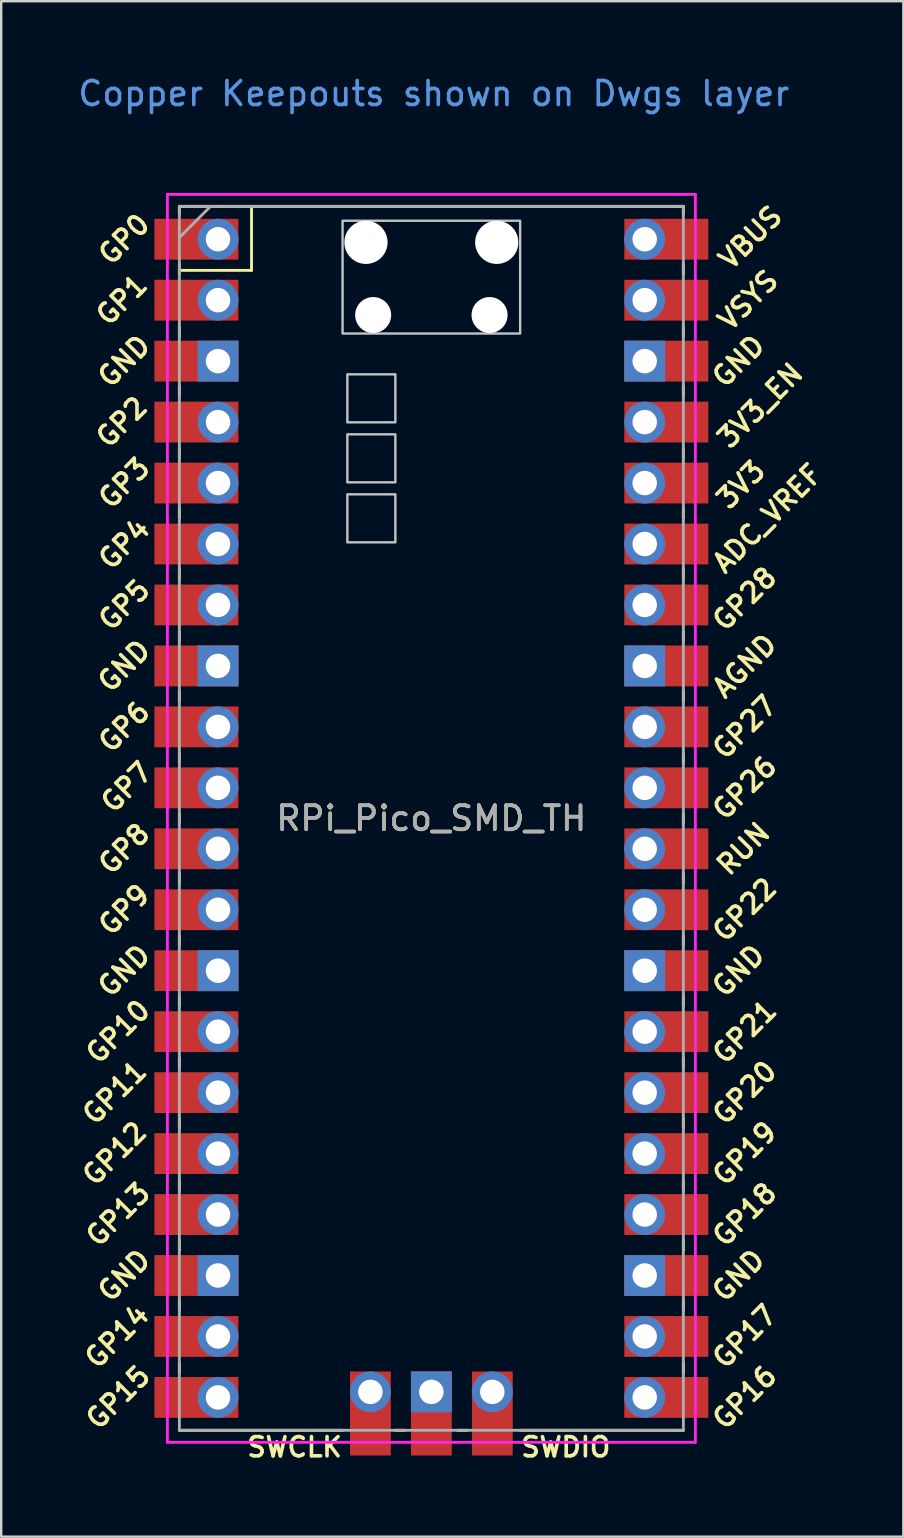
<source format=kicad_pcb>
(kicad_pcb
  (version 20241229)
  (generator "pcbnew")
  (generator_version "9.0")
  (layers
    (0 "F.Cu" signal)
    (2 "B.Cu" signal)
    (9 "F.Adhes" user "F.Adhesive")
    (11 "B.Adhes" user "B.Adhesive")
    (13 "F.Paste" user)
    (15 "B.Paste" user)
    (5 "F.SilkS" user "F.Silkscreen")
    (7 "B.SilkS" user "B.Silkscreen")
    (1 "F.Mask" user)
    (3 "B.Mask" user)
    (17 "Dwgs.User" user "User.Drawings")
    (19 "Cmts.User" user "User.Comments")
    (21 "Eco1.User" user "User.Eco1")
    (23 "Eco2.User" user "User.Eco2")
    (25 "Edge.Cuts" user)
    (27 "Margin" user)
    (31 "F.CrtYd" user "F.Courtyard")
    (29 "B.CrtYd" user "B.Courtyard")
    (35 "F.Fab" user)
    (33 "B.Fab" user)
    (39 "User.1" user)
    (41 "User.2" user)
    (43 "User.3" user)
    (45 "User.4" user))
  (footprint "RPi_Pico_SMD_TH"
    (layer "F.Cu")
    (at 14.924 31.048)
    (property "Reference" "RPi_Pico_SMD_TH" (at 0 0 0) (layer "F.SilkS") (effects (font (size 1 1) (thickness 0.15))))
    (fp_line (start -10.5 -25.5) (end -10.5 -25.2) (stroke (width 0.12) (type solid)) (layer "F.SilkS"))
    (fp_line (start -10.5 -25.5) (end 10.5 -25.5) (stroke (width 0.12) (type solid)) (layer "F.SilkS"))
    (fp_line (start -10.5 -23.1) (end -10.5 -22.7) (stroke (width 0.12) (type solid)) (layer "F.SilkS"))
    (fp_line (start -10.5 -22.833) (end -7.493 -22.833) (stroke (width 0.12) (type solid)) (layer "F.SilkS"))
    (fp_line (start -10.5 -20.5) (end -10.5 -20.1) (stroke (width 0.12) (type solid)) (layer "F.SilkS"))
    (fp_line (start -10.5 -18) (end -10.5 -17.6) (stroke (width 0.12) (type solid)) (layer "F.SilkS"))
    (fp_line (start -10.5 -15.4) (end -10.5 -15) (stroke (width 0.12) (type solid)) (layer "F.SilkS"))
    (fp_line (start -10.5 -12.9) (end -10.5 -12.5) (stroke (width 0.12) (type solid)) (layer "F.SilkS"))
    (fp_line (start -10.5 -10.4) (end -10.5 -10) (stroke (width 0.12) (type solid)) (layer "F.SilkS"))
    (fp_line (start -10.5 -7.8) (end -10.5 -7.4) (stroke (width 0.12) (type solid)) (layer "F.SilkS"))
    (fp_line (start -10.5 -5.3) (end -10.5 -4.9) (stroke (width 0.12) (type solid)) (layer "F.SilkS"))
    (fp_line (start -10.5 -2.7) (end -10.5 -2.3) (stroke (width 0.12) (type solid)) (layer "F.SilkS"))
    (fp_line (start -10.5 -0.2) (end -10.5 0.2) (stroke (width 0.12) (type solid)) (layer "F.SilkS"))
    (fp_line (start -10.5 2.3) (end -10.5 2.7) (stroke (width 0.12) (type solid)) (layer "F.SilkS"))
    (fp_line (start -10.5 4.9) (end -10.5 5.3) (stroke (width 0.12) (type solid)) (layer "F.SilkS"))
    (fp_line (start -10.5 7.4) (end -10.5 7.8) (stroke (width 0.12) (type solid)) (layer "F.SilkS"))
    (fp_line (start -10.5 10) (end -10.5 10.4) (stroke (width 0.12) (type solid)) (layer "F.SilkS"))
    (fp_line (start -10.5 12.5) (end -10.5 12.9) (stroke (width 0.12) (type solid)) (layer "F.SilkS"))
    (fp_line (start -10.5 15.1) (end -10.5 15.5) (stroke (width 0.12) (type solid)) (layer "F.SilkS"))
    (fp_line (start -10.5 17.6) (end -10.5 18) (stroke (width 0.12) (type solid)) (layer "F.SilkS"))
    (fp_line (start -10.5 20.1) (end -10.5 20.5) (stroke (width 0.12) (type solid)) (layer "F.SilkS"))
    (fp_line (start -10.5 22.7) (end -10.5 23.1) (stroke (width 0.12) (type solid)) (layer "F.SilkS"))
    (fp_line (start -7.493 -22.833) (end -7.493 -25.5) (stroke (width 0.12) (type solid)) (layer "F.SilkS"))
    (fp_line (start -3.7 25.5) (end -10.5 25.5) (stroke (width 0.12) (type solid)) (layer "F.SilkS"))
    (fp_line (start -1.5 25.5) (end -1.1 25.5) (stroke (width 0.12) (type solid)) (layer "F.SilkS"))
    (fp_line (start 1.1 25.5) (end 1.5 25.5) (stroke (width 0.12) (type solid)) (layer "F.SilkS"))
    (fp_line (start 10.5 -25.5) (end 10.5 -25.2) (stroke (width 0.12) (type solid)) (layer "F.SilkS"))
    (fp_line (start 10.5 -23.1) (end 10.5 -22.7) (stroke (width 0.12) (type solid)) (layer "F.SilkS"))
    (fp_line (start 10.5 -20.5) (end 10.5 -20.1) (stroke (width 0.12) (type solid)) (layer "F.SilkS"))
    (fp_line (start 10.5 -18) (end 10.5 -17.6) (stroke (width 0.12) (type solid)) (layer "F.SilkS"))
    (fp_line (start 10.5 -15.4) (end 10.5 -15) (stroke (width 0.12) (type solid)) (layer "F.SilkS"))
    (fp_line (start 10.5 -12.9) (end 10.5 -12.5) (stroke (width 0.12) (type solid)) (layer "F.SilkS"))
    (fp_line (start 10.5 -10.4) (end 10.5 -10) (stroke (width 0.12) (type solid)) (layer "F.SilkS"))
    (fp_line (start 10.5 -7.8) (end 10.5 -7.4) (stroke (width 0.12) (type solid)) (layer "F.SilkS"))
    (fp_line (start 10.5 -5.3) (end 10.5 -4.9) (stroke (width 0.12) (type solid)) (layer "F.SilkS"))
    (fp_line (start 10.5 -2.7) (end 10.5 -2.3) (stroke (width 0.12) (type solid)) (layer "F.SilkS"))
    (fp_line (start 10.5 -0.2) (end 10.5 0.2) (stroke (width 0.12) (type solid)) (layer "F.SilkS"))
    (fp_line (start 10.5 2.3) (end 10.5 2.7) (stroke (width 0.12) (type solid)) (layer "F.SilkS"))
    (fp_line (start 10.5 4.9) (end 10.5 5.3) (stroke (width 0.12) (type solid)) (layer "F.SilkS"))
    (fp_line (start 10.5 7.4) (end 10.5 7.8) (stroke (width 0.12) (type solid)) (layer "F.SilkS"))
    (fp_line (start 10.5 10) (end 10.5 10.4) (stroke (width 0.12) (type solid)) (layer "F.SilkS"))
    (fp_line (start 10.5 12.5) (end 10.5 12.9) (stroke (width 0.12) (type solid)) (layer "F.SilkS"))
    (fp_line (start 10.5 15.1) (end 10.5 15.5) (stroke (width 0.12) (type solid)) (layer "F.SilkS"))
    (fp_line (start 10.5 17.6) (end 10.5 18) (stroke (width 0.12) (type solid)) (layer "F.SilkS"))
    (fp_line (start 10.5 20.1) (end 10.5 20.5) (stroke (width 0.12) (type solid)) (layer "F.SilkS"))
    (fp_line (start 10.5 22.7) (end 10.5 23.1) (stroke (width 0.12) (type solid)) (layer "F.SilkS"))
    (fp_line (start 10.5 25.5) (end 3.7 25.5) (stroke (width 0.12) (type solid)) (layer "F.SilkS"))
    (fp_poly (pts (xy -1.5 -16.5) (xy -3.5 -16.5) (xy -3.5 -18.5) (xy -1.5 -18.5)) (stroke (width 0.1) (type solid)) (fill no) (layer "Dwgs.User"))
    (fp_poly (pts (xy -1.5 -14) (xy -3.5 -14) (xy -3.5 -16) (xy -1.5 -16)) (stroke (width 0.1) (type solid)) (fill no) (layer "Dwgs.User"))
    (fp_poly (pts (xy -1.5 -11.5) (xy -3.5 -11.5) (xy -3.5 -13.5) (xy -1.5 -13.5)) (stroke (width 0.1) (type solid)) (fill no) (layer "Dwgs.User"))
    (fp_poly (pts (xy 3.7 -20.2) (xy -3.7 -20.2) (xy -3.7 -24.9) (xy 3.7 -24.9)) (stroke (width 0.1) (type solid)) (fill no) (layer "Dwgs.User"))
    (fp_line (start -11 -26) (end 11 -26) (stroke (width 0.12) (type solid)) (layer "F.CrtYd"))
    (fp_line (start -11 26) (end -11 -26) (stroke (width 0.12) (type solid)) (layer "F.CrtYd"))
    (fp_line (start 11 -26) (end 11 26) (stroke (width 0.12) (type solid)) (layer "F.CrtYd"))
    (fp_line (start 11 26) (end -11 26) (stroke (width 0.12) (type solid)) (layer "F.CrtYd"))
    (fp_line (start -10.5 -25.5) (end 10.5 -25.5) (stroke (width 0.12) (type solid)) (layer "F.Fab"))
    (fp_line (start -10.5 -24.2) (end -9.2 -25.5) (stroke (width 0.12) (type solid)) (layer "F.Fab"))
    (fp_line (start -10.5 25.5) (end -10.5 -25.5) (stroke (width 0.12) (type solid)) (layer "F.Fab"))
    (fp_line (start 10.5 -25.5) (end 10.5 25.5) (stroke (width 0.12) (type solid)) (layer "F.Fab"))
    (fp_line (start 10.5 25.5) (end -10.5 25.5) (stroke (width 0.12) (type solid)) (layer "F.Fab"))
    (fp_text user "GND" (at -12.8 -6.35 45) (layer "F.SilkS") (effects (font (size 0.8 0.8) (thickness 0.15))))
    (fp_text user "GP17" (at 13.054 21.59 45) (layer "F.SilkS") (effects (font (size 0.8 0.8) (thickness 0.15))))
    (fp_text user "GND" (at -12.8 19.05 45) (layer "F.SilkS") (effects (font (size 0.8 0.8) (thickness 0.15))))
    (fp_text user "GP22" (at 13.054 3.81 45) (layer "F.SilkS") (effects (font (size 0.8 0.8) (thickness 0.15))))
    (fp_text user "GP8" (at -12.8 1.27 45) (layer "F.SilkS") (effects (font (size 0.8 0.8) (thickness 0.15))))
    (fp_text user "GND" (at 12.8 19.05 45) (layer "F.SilkS") (effects (font (size 0.8 0.8) (thickness 0.15))))
    (fp_text user "VSYS" (at 13.2 -21.59 45) (layer "F.SilkS") (effects (font (size 0.8 0.8) (thickness 0.15))))
    (fp_text user "GP13" (at -13.054 16.51 45) (layer "F.SilkS") (effects (font (size 0.8 0.8) (thickness 0.15))))
    (fp_text user "GP19" (at 13.054 13.97 45) (layer "F.SilkS") (effects (font (size 0.8 0.8) (thickness 0.15))))
    (fp_text user "GP5" (at -12.8 -8.89 45) (layer "F.SilkS") (effects (font (size 0.8 0.8) (thickness 0.15))))
    (fp_text user "GP21" (at 13.054 8.9 45) (layer "F.SilkS") (effects (font (size 0.8 0.8) (thickness 0.15))))
    (fp_text user "GP18" (at 13.054 16.51 45) (layer "F.SilkS") (effects (font (size 0.8 0.8) (thickness 0.15))))
    (fp_text user "GP11" (at -13.2 11.43 45) (layer "F.SilkS") (effects (font (size 0.8 0.8) (thickness 0.15))))
    (fp_text user "GP9" (at -12.8 3.81 45) (layer "F.SilkS") (effects (font (size 0.8 0.8) (thickness 0.15))))
    (fp_text user "GP6" (at -12.8 -3.81 45) (layer "F.SilkS") (effects (font (size 0.8 0.8) (thickness 0.15))))
    (fp_text user "GP14" (at -13.1 21.59 45) (layer "F.SilkS") (effects (font (size 0.8 0.8) (thickness 0.15))))
    (fp_text user "ADC_VREF" (at 14 -12.5 45) (layer "F.SilkS") (effects (font (size 0.8 0.8) (thickness 0.15))))
    (fp_text user "GP4" (at -12.8 -11.43 45) (layer "F.SilkS") (effects (font (size 0.8 0.8) (thickness 0.15))))
    (fp_text user "GP15" (at -13.054 24.13 45) (layer "F.SilkS") (effects (font (size 0.8 0.8) (thickness 0.15))))
    (fp_text user "GP16" (at 13.054 24.13 45) (layer "F.SilkS") (effects (font (size 0.8 0.8) (thickness 0.15))))
    (fp_text user "GND" (at 12.8 -19.05 45) (layer "F.SilkS") (effects (font (size 0.8 0.8) (thickness 0.15))))
    (fp_text user "GP7" (at -12.7 -1.3 45) (layer "F.SilkS") (effects (font (size 0.8 0.8) (thickness 0.15))))
    (fp_text user "GP27" (at 13.054 -3.8 45) (layer "F.SilkS") (effects (font (size 0.8 0.8) (thickness 0.15))))
    (fp_text user "GND" (at -12.8 -19.05 45) (layer "F.SilkS") (effects (font (size 0.8 0.8) (thickness 0.15))))
    (fp_text user "GND" (at -12.8 6.35 45) (layer "F.SilkS") (effects (font (size 0.8 0.8) (thickness 0.15))))
    (fp_text user "VBUS" (at 13.3 -24.2 45) (layer "F.SilkS") (effects (font (size 0.8 0.8) (thickness 0.15))))
    (fp_text user "SWCLK" (at -5.7 26.2 0) (layer "F.SilkS") (effects (font (size 0.8 0.8) (thickness 0.15))))
    (fp_text user "GP0" (at -12.8 -24.13 45) (layer "F.SilkS") (effects (font (size 0.8 0.8) (thickness 0.15))))
    (fp_text user "GP20" (at 13.054 11.43 45) (layer "F.SilkS") (effects (font (size 0.8 0.8) (thickness 0.15))))
    (fp_text user "GP28" (at 13.054 -9.144 45) (layer "F.SilkS") (effects (font (size 0.8 0.8) (thickness 0.15))))
    (fp_text user "3V3_EN" (at 13.7 -17.2 45) (layer "F.SilkS") (effects (font (size 0.8 0.8) (thickness 0.15))))
    (fp_text user "GND" (at 12.8 6.35 45) (layer "F.SilkS") (effects (font (size 0.8 0.8) (thickness 0.15))))
    (fp_text user "3V3" (at 12.9 -13.9 45) (layer "F.SilkS") (effects (font (size 0.8 0.8) (thickness 0.15))))
    (fp_text user "RUN" (at 13 1.27 45) (layer "F.SilkS") (effects (font (size 0.8 0.8) (thickness 0.15))))
    (fp_text user "GP12" (at -13.2 13.97 45) (layer "F.SilkS") (effects (font (size 0.8 0.8) (thickness 0.15))))
    (fp_text user "SWDIO" (at 5.6 26.2 0) (layer "F.SilkS") (effects (font (size 0.8 0.8) (thickness 0.15))))
    (fp_text user "GP26" (at 13.054 -1.27 45) (layer "F.SilkS") (effects (font (size 0.8 0.8) (thickness 0.15))))
    (fp_text user "AGND" (at 13.054 -6.35 45) (layer "F.SilkS") (effects (font (size 0.8 0.8) (thickness 0.15))))
    (fp_text user "GP1" (at -12.9 -21.6 45) (layer "F.SilkS") (effects (font (size 0.8 0.8) (thickness 0.15))))
    (fp_text user "GP3" (at -12.8 -13.97 45) (layer "F.SilkS") (effects (font (size 0.8 0.8) (thickness 0.15))))
    (fp_text user "GP2" (at -12.9 -16.51 45) (layer "F.SilkS") (effects (font (size 0.8 0.8) (thickness 0.15))))
    (fp_text user "GP10" (at -13.054 8.89 45) (layer "F.SilkS") (effects (font (size 0.8 0.8) (thickness 0.15))))
    (fp_text user "Copper Keepouts shown on Dwgs layer" (at 0.1 -30.2 0) (layer "Cmts.User") (effects (font (size 1 1) (thickness 0.15))))
    (fp_text user "${REFERENCE}" (at 0 0 180) (layer "F.Fab") (effects (font (size 1 1) (thickness 0.15))))
    (pad "" np_thru_hole oval (at -2.725 -24) (size 1.8 1.8) (drill 1.8) (layers "*.Cu" "*.Mask"))
    (pad "" np_thru_hole oval (at -2.425 -20.97) (size 1.5 1.5) (drill 1.5) (layers "*.Cu" "*.Mask"))
    (pad "" np_thru_hole oval (at 2.425 -20.97) (size 1.5 1.5) (drill 1.5) (layers "*.Cu" "*.Mask"))
    (pad "" np_thru_hole oval (at 2.725 -24) (size 1.8 1.8) (drill 1.8) (layers "*.Cu" "*.Mask"))
    (pad "1" thru_hole oval (at -8.89 -24.13) (size 1.7 1.7) (drill 1.02) (layers "*.Cu" "*.Mask"))
    (pad "1" smd rect (at -8.89 -24.13) (size 3.5 1.7) (drill (offset -0.9 0)) (layers "F.Cu" "F.Mask"))
    (pad "2" thru_hole oval (at -8.89 -21.59) (size 1.7 1.7) (drill 1.02) (layers "*.Cu" "*.Mask"))
    (pad "2" smd rect (at -8.89 -21.59) (size 3.5 1.7) (drill (offset -0.9 0)) (layers "F.Cu" "F.Mask"))
    (pad "3" thru_hole rect (at -8.89 -19.05) (size 1.7 1.7) (drill 1.02) (layers "*.Cu" "*.Mask"))
    (pad "3" smd rect (at -8.89 -19.05) (size 3.5 1.7) (drill (offset -0.9 0)) (layers "F.Cu" "F.Mask"))
    (pad "4" thru_hole oval (at -8.89 -16.51) (size 1.7 1.7) (drill 1.02) (layers "*.Cu" "*.Mask"))
    (pad "4" smd rect (at -8.89 -16.51) (size 3.5 1.7) (drill (offset -0.9 0)) (layers "F.Cu" "F.Mask"))
    (pad "5" thru_hole oval (at -8.89 -13.97) (size 1.7 1.7) (drill 1.02) (layers "*.Cu" "*.Mask"))
    (pad "5" smd rect (at -8.89 -13.97) (size 3.5 1.7) (drill (offset -0.9 0)) (layers "F.Cu" "F.Mask"))
    (pad "6" thru_hole oval (at -8.89 -11.43) (size 1.7 1.7) (drill 1.02) (layers "*.Cu" "*.Mask"))
    (pad "6" smd rect (at -8.89 -11.43) (size 3.5 1.7) (drill (offset -0.9 0)) (layers "F.Cu" "F.Mask"))
    (pad "7" thru_hole oval (at -8.89 -8.89) (size 1.7 1.7) (drill 1.02) (layers "*.Cu" "*.Mask"))
    (pad "7" smd rect (at -8.89 -8.89) (size 3.5 1.7) (drill (offset -0.9 0)) (layers "F.Cu" "F.Mask"))
    (pad "8" thru_hole rect (at -8.89 -6.35) (size 1.7 1.7) (drill 1.02) (layers "*.Cu" "*.Mask"))
    (pad "8" smd rect (at -8.89 -6.35) (size 3.5 1.7) (drill (offset -0.9 0)) (layers "F.Cu" "F.Mask"))
    (pad "9" thru_hole oval (at -8.89 -3.81) (size 1.7 1.7) (drill 1.02) (layers "*.Cu" "*.Mask"))
    (pad "9" smd rect (at -8.89 -3.81) (size 3.5 1.7) (drill (offset -0.9 0)) (layers "F.Cu" "F.Mask"))
    (pad "10" thru_hole oval (at -8.89 -1.27) (size 1.7 1.7) (drill 1.02) (layers "*.Cu" "*.Mask"))
    (pad "10" smd rect (at -8.89 -1.27) (size 3.5 1.7) (drill (offset -0.9 0)) (layers "F.Cu" "F.Mask"))
    (pad "11" thru_hole oval (at -8.89 1.27) (size 1.7 1.7) (drill 1.02) (layers "*.Cu" "*.Mask"))
    (pad "11" smd rect (at -8.89 1.27) (size 3.5 1.7) (drill (offset -0.9 0)) (layers "F.Cu" "F.Mask"))
    (pad "12" thru_hole oval (at -8.89 3.81) (size 1.7 1.7) (drill 1.02) (layers "*.Cu" "*.Mask"))
    (pad "12" smd rect (at -8.89 3.81) (size 3.5 1.7) (drill (offset -0.9 0)) (layers "F.Cu" "F.Mask"))
    (pad "13" thru_hole rect (at -8.89 6.35) (size 1.7 1.7) (drill 1.02) (layers "*.Cu" "*.Mask"))
    (pad "13" smd rect (at -8.89 6.35) (size 3.5 1.7) (drill (offset -0.9 0)) (layers "F.Cu" "F.Mask"))
    (pad "14" thru_hole oval (at -8.89 8.89) (size 1.7 1.7) (drill 1.02) (layers "*.Cu" "*.Mask"))
    (pad "14" smd rect (at -8.89 8.89) (size 3.5 1.7) (drill (offset -0.9 0)) (layers "F.Cu" "F.Mask"))
    (pad "15" thru_hole oval (at -8.89 11.43) (size 1.7 1.7) (drill 1.02) (layers "*.Cu" "*.Mask"))
    (pad "15" smd rect (at -8.89 11.43) (size 3.5 1.7) (drill (offset -0.9 0)) (layers "F.Cu" "F.Mask"))
    (pad "16" thru_hole oval (at -8.89 13.97) (size 1.7 1.7) (drill 1.02) (layers "*.Cu" "*.Mask"))
    (pad "16" smd rect (at -8.89 13.97) (size 3.5 1.7) (drill (offset -0.9 0)) (layers "F.Cu" "F.Mask"))
    (pad "17" thru_hole oval (at -8.89 16.51) (size 1.7 1.7) (drill 1.02) (layers "*.Cu" "*.Mask"))
    (pad "17" smd rect (at -8.89 16.51) (size 3.5 1.7) (drill (offset -0.9 0)) (layers "F.Cu" "F.Mask"))
    (pad "18" thru_hole rect (at -8.89 19.05) (size 1.7 1.7) (drill 1.02) (layers "*.Cu" "*.Mask"))
    (pad "18" smd rect (at -8.89 19.05) (size 3.5 1.7) (drill (offset -0.9 0)) (layers "F.Cu" "F.Mask"))
    (pad "19" thru_hole oval (at -8.89 21.59) (size 1.7 1.7) (drill 1.02) (layers "*.Cu" "*.Mask"))
    (pad "19" smd rect (at -8.89 21.59) (size 3.5 1.7) (drill (offset -0.9 0)) (layers "F.Cu" "F.Mask"))
    (pad "20" thru_hole oval (at -8.89 24.13) (size 1.7 1.7) (drill 1.02) (layers "*.Cu" "*.Mask"))
    (pad "20" smd rect (at -8.89 24.13) (size 3.5 1.7) (drill (offset -0.9 0)) (layers "F.Cu" "F.Mask"))
    (pad "21" thru_hole oval (at 8.89 24.13) (size 1.7 1.7) (drill 1.02) (layers "*.Cu" "*.Mask"))
    (pad "21" smd rect (at 8.89 24.13) (size 3.5 1.7) (drill (offset 0.9 0)) (layers "F.Cu" "F.Mask"))
    (pad "22" thru_hole oval (at 8.89 21.59) (size 1.7 1.7) (drill 1.02) (layers "*.Cu" "*.Mask"))
    (pad "22" smd rect (at 8.89 21.59) (size 3.5 1.7) (drill (offset 0.9 0)) (layers "F.Cu" "F.Mask"))
    (pad "23" thru_hole rect (at 8.89 19.05) (size 1.7 1.7) (drill 1.02) (layers "*.Cu" "*.Mask"))
    (pad "23" smd rect (at 8.89 19.05) (size 3.5 1.7) (drill (offset 0.9 0)) (layers "F.Cu" "F.Mask"))
    (pad "24" thru_hole oval (at 8.89 16.51) (size 1.7 1.7) (drill 1.02) (layers "*.Cu" "*.Mask"))
    (pad "24" smd rect (at 8.89 16.51) (size 3.5 1.7) (drill (offset 0.9 0)) (layers "F.Cu" "F.Mask"))
    (pad "25" thru_hole oval (at 8.89 13.97) (size 1.7 1.7) (drill 1.02) (layers "*.Cu" "*.Mask"))
    (pad "25" smd rect (at 8.89 13.97) (size 3.5 1.7) (drill (offset 0.9 0)) (layers "F.Cu" "F.Mask"))
    (pad "26" thru_hole oval (at 8.89 11.43) (size 1.7 1.7) (drill 1.02) (layers "*.Cu" "*.Mask"))
    (pad "26" smd rect (at 8.89 11.43) (size 3.5 1.7) (drill (offset 0.9 0)) (layers "F.Cu" "F.Mask"))
    (pad "27" thru_hole oval (at 8.89 8.89) (size 1.7 1.7) (drill 1.02) (layers "*.Cu" "*.Mask"))
    (pad "27" smd rect (at 8.89 8.89) (size 3.5 1.7) (drill (offset 0.9 0)) (layers "F.Cu" "F.Mask"))
    (pad "28" thru_hole rect (at 8.89 6.35) (size 1.7 1.7) (drill 1.02) (layers "*.Cu" "*.Mask"))
    (pad "28" smd rect (at 8.89 6.35) (size 3.5 1.7) (drill (offset 0.9 0)) (layers "F.Cu" "F.Mask"))
    (pad "29" thru_hole oval (at 8.89 3.81) (size 1.7 1.7) (drill 1.02) (layers "*.Cu" "*.Mask"))
    (pad "29" smd rect (at 8.89 3.81) (size 3.5 1.7) (drill (offset 0.9 0)) (layers "F.Cu" "F.Mask"))
    (pad "30" thru_hole oval (at 8.89 1.27) (size 1.7 1.7) (drill 1.02) (layers "*.Cu" "*.Mask"))
    (pad "30" smd rect (at 8.89 1.27) (size 3.5 1.7) (drill (offset 0.9 0)) (layers "F.Cu" "F.Mask"))
    (pad "31" thru_hole oval (at 8.89 -1.27) (size 1.7 1.7) (drill 1.02) (layers "*.Cu" "*.Mask"))
    (pad "31" smd rect (at 8.89 -1.27) (size 3.5 1.7) (drill (offset 0.9 0)) (layers "F.Cu" "F.Mask"))
    (pad "32" thru_hole oval (at 8.89 -3.81) (size 1.7 1.7) (drill 1.02) (layers "*.Cu" "*.Mask"))
    (pad "32" smd rect (at 8.89 -3.81) (size 3.5 1.7) (drill (offset 0.9 0)) (layers "F.Cu" "F.Mask"))
    (pad "33" thru_hole rect (at 8.89 -6.35) (size 1.7 1.7) (drill 1.02) (layers "*.Cu" "*.Mask"))
    (pad "33" smd rect (at 8.89 -6.35) (size 3.5 1.7) (drill (offset 0.9 0)) (layers "F.Cu" "F.Mask"))
    (pad "34" thru_hole oval (at 8.89 -8.89) (size 1.7 1.7) (drill 1.02) (layers "*.Cu" "*.Mask"))
    (pad "34" smd rect (at 8.89 -8.89) (size 3.5 1.7) (drill (offset 0.9 0)) (layers "F.Cu" "F.Mask"))
    (pad "35" thru_hole oval (at 8.89 -11.43) (size 1.7 1.7) (drill 1.02) (layers "*.Cu" "*.Mask"))
    (pad "35" smd rect (at 8.89 -11.43) (size 3.5 1.7) (drill (offset 0.9 0)) (layers "F.Cu" "F.Mask"))
    (pad "36" thru_hole oval (at 8.89 -13.97) (size 1.7 1.7) (drill 1.02) (layers "*.Cu" "*.Mask"))
    (pad "36" smd rect (at 8.89 -13.97) (size 3.5 1.7) (drill (offset 0.9 0)) (layers "F.Cu" "F.Mask"))
    (pad "37" thru_hole oval (at 8.89 -16.51) (size 1.7 1.7) (drill 1.02) (layers "*.Cu" "*.Mask"))
    (pad "37" smd rect (at 8.89 -16.51) (size 3.5 1.7) (drill (offset 0.9 0)) (layers "F.Cu" "F.Mask"))
    (pad "38" thru_hole rect (at 8.89 -19.05) (size 1.7 1.7) (drill 1.02) (layers "*.Cu" "*.Mask"))
    (pad "38" smd rect (at 8.89 -19.05) (size 3.5 1.7) (drill (offset 0.9 0)) (layers "F.Cu" "F.Mask"))
    (pad "39" thru_hole oval (at 8.89 -21.59) (size 1.7 1.7) (drill 1.02) (layers "*.Cu" "*.Mask"))
    (pad "39" smd rect (at 8.89 -21.59) (size 3.5 1.7) (drill (offset 0.9 0)) (layers "F.Cu" "F.Mask"))
    (pad "40" thru_hole oval (at 8.89 -24.13) (size 1.7 1.7) (drill 1.02) (layers "*.Cu" "*.Mask"))
    (pad "40" smd rect (at 8.89 -24.13) (size 3.5 1.7) (drill (offset 0.9 0)) (layers "F.Cu" "F.Mask"))
    (pad "41" thru_hole oval (at -2.54 23.9) (size 1.7 1.7) (drill 1.02) (layers "*.Cu" "*.Mask"))
    (pad "41" smd rect (at -2.54 23.9 90) (size 3.5 1.7) (drill (offset -0.9 0)) (layers "F.Cu" "F.Mask"))
    (pad "42" thru_hole rect (at 0 23.9) (size 1.7 1.7) (drill 1.02) (layers "*.Cu" "*.Mask"))
    (pad "42" smd rect (at 0 23.9 90) (size 3.5 1.7) (drill (offset -0.9 0)) (layers "F.Cu" "F.Mask"))
    (pad "43" thru_hole oval (at 2.54 23.9) (size 1.7 1.7) (drill 1.02) (layers "*.Cu" "*.Mask"))
    (pad "43" smd rect (at 2.54 23.9 90) (size 3.5 1.7) (drill (offset -0.9 0)) (layers "F.Cu" "F.Mask")))
  (gr_rect
    (start -3 -3)
    (end 34.591 60.98)
    (stroke (width 0.1) (type default))
    (fill no)
    (layer "Edge.Cuts")))
</source>
